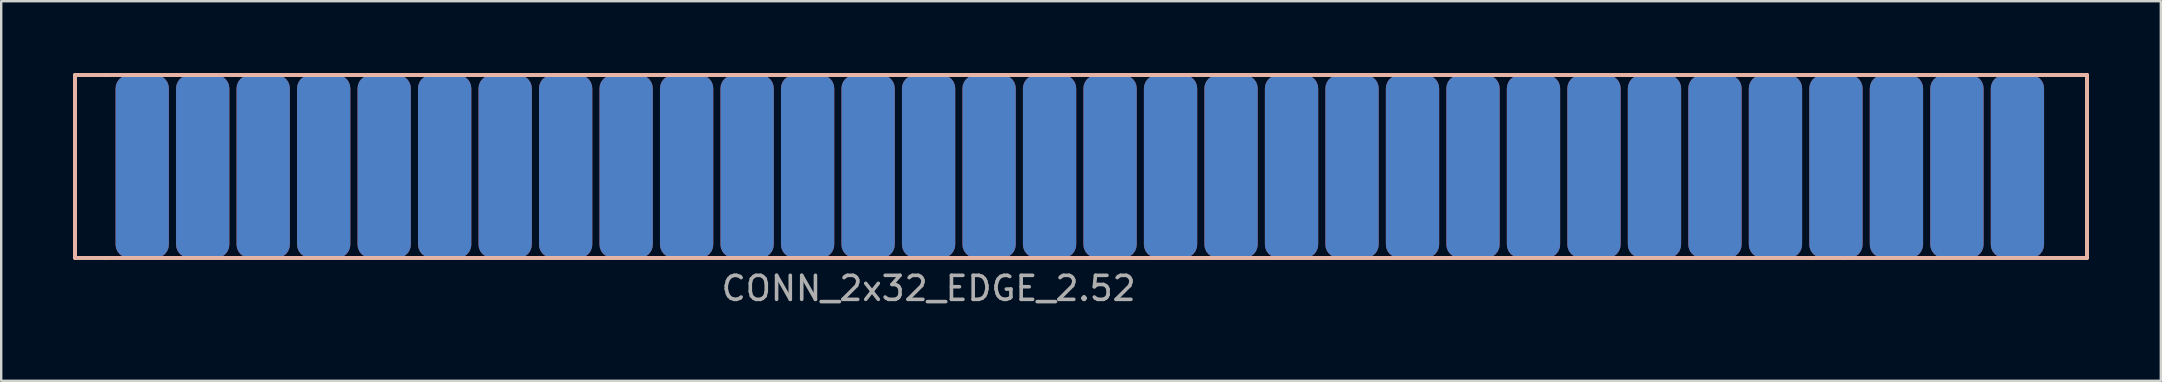
<source format=kicad_pcb>
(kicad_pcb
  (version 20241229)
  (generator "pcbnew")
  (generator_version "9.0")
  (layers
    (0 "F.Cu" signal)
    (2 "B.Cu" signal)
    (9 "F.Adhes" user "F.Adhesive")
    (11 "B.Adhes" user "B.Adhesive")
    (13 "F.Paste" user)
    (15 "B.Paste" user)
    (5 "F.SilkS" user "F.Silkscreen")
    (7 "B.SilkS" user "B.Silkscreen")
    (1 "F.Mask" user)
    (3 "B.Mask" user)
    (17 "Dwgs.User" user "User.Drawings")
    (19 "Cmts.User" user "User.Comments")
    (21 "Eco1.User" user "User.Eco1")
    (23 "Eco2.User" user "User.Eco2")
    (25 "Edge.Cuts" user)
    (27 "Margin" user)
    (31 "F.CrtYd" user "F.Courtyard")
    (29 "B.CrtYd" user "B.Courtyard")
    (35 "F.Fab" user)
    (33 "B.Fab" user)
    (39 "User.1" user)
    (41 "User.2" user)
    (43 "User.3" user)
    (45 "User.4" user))
  (footprint "CONN_2x32_EDGE_2.52"
    (layer "F.Cu")
    (at 35.635 3.885)
    (property "Reference" "CONN_2x32_EDGE_2.52" (at 0 5.08 0) (layer "F.Fab") (effects (font (size 1 1) (thickness 0.15))))
    (attr through_hole)
    (fp_line (start -35.56 -3.81) (end -35.56 3.81) (stroke (width 0.15) (type solid)) (layer "F.SilkS"))
    (fp_line (start -34.29 -3.81) (end -35.56 -3.81) (stroke (width 0.15) (type solid)) (layer "F.SilkS"))
    (fp_line (start -34.29 -3.81) (end 36.83 -3.81) (stroke (width 0.15) (type solid)) (layer "F.SilkS"))
    (fp_line (start -34.29 3.81) (end -35.56 3.81) (stroke (width 0.15) (type solid)) (layer "F.SilkS"))
    (fp_line (start 36.83 3.81) (end -34.29 3.81) (stroke (width 0.15) (type solid)) (layer "F.SilkS"))
    (fp_line (start 38.1 -3.81) (end 36.83 -3.81) (stroke (width 0.15) (type solid)) (layer "F.SilkS"))
    (fp_line (start 38.1 -3.81) (end 48.26 -3.81) (stroke (width 0.15) (type solid)) (layer "F.SilkS"))
    (fp_line (start 38.1 3.81) (end 36.83 3.81) (stroke (width 0.15) (type solid)) (layer "F.SilkS"))
    (fp_line (start 48.26 -3.81) (end 48.26 3.81) (stroke (width 0.15) (type solid)) (layer "F.SilkS"))
    (fp_line (start 48.26 3.81) (end 38.1 3.81) (stroke (width 0.15) (type solid)) (layer "F.SilkS"))
    (fp_line (start -35.56 -3.81) (end 38.1 -3.81) (stroke (width 0.15) (type solid)) (layer "B.SilkS"))
    (fp_line (start -35.56 3.81) (end -35.56 -3.81) (stroke (width 0.15) (type solid)) (layer "B.SilkS"))
    (fp_line (start 38.1 -3.81) (end 48.26 -3.81) (stroke (width 0.15) (type solid)) (layer "B.SilkS"))
    (fp_line (start 38.1 3.81) (end -35.56 3.81) (stroke (width 0.15) (type solid)) (layer "B.SilkS"))
    (fp_line (start 48.26 -3.81) (end 48.26 3.81) (stroke (width 0.15) (type solid)) (layer "B.SilkS"))
    (fp_line (start 48.26 3.81) (end 38.1 3.81) (stroke (width 0.15) (type solid)) (layer "B.SilkS"))
    (pad "a1" connect roundrect (at -32.76 0) (size 2.22 7.62) (layers "F.Cu" "F.Mask" "F.Paste") (roundrect_rratio 0.25))
    (pad "a2" connect roundrect (at -30.24 0) (size 2.22 7.62) (layers "F.Cu" "F.Mask" "F.Paste") (roundrect_rratio 0.25))
    (pad "a3" connect roundrect (at -27.72 0) (size 2.22 7.62) (layers "F.Cu" "F.Mask" "F.Paste") (roundrect_rratio 0.25))
    (pad "a4" connect roundrect (at -25.2 0) (size 2.22 7.62) (layers "F.Cu" "F.Mask" "F.Paste") (roundrect_rratio 0.25))
    (pad "a5" connect roundrect (at -22.68 0) (size 2.22 7.62) (layers "F.Cu" "F.Mask" "F.Paste") (roundrect_rratio 0.25))
    (pad "a6" connect roundrect (at -20.16 0) (size 2.22 7.62) (layers "F.Cu" "F.Mask" "F.Paste") (roundrect_rratio 0.25))
    (pad "a7" connect roundrect (at -17.64 0) (size 2.22 7.62) (layers "F.Cu" "F.Mask" "F.Paste") (roundrect_rratio 0.25))
    (pad "a8" connect roundrect (at -15.12 0) (size 2.22 7.62) (layers "F.Cu" "F.Mask" "F.Paste") (roundrect_rratio 0.25))
    (pad "a9" connect roundrect (at -12.6 0) (size 2.22 7.62) (layers "F.Cu" "F.Mask" "F.Paste") (roundrect_rratio 0.25))
    (pad "a10" connect roundrect (at -10.08 0) (size 2.22 7.62) (layers "F.Cu" "F.Mask" "F.Paste") (roundrect_rratio 0.25))
    (pad "a11" connect roundrect (at -7.56 0) (size 2.22 7.62) (layers "F.Cu" "F.Mask" "F.Paste") (roundrect_rratio 0.25))
    (pad "a12" connect roundrect (at -5.04 0) (size 2.22 7.62) (layers "F.Cu" "F.Mask" "F.Paste") (roundrect_rratio 0.25))
    (pad "a13" connect roundrect (at -2.52 0) (size 2.22 7.62) (layers "F.Cu" "F.Mask" "F.Paste") (roundrect_rratio 0.25))
    (pad "a14" connect roundrect (at 0 0) (size 2.22 7.62) (layers "F.Cu" "F.Mask" "F.Paste") (roundrect_rratio 0.25))
    (pad "a15" connect roundrect (at 2.52 0) (size 2.22 7.62) (layers "F.Cu" "F.Mask" "F.Paste") (roundrect_rratio 0.25))
    (pad "a16" connect roundrect (at 5.04 0) (size 2.22 7.62) (layers "F.Cu" "F.Mask" "F.Paste") (roundrect_rratio 0.25))
    (pad "a17" connect roundrect (at 7.56 0) (size 2.22 7.62) (layers "F.Cu" "F.Mask" "F.Paste") (roundrect_rratio 0.25))
    (pad "a18" connect roundrect (at 10.08 0) (size 2.22 7.62) (layers "F.Cu" "F.Mask" "F.Paste") (roundrect_rratio 0.25))
    (pad "a19" connect roundrect (at 12.6 0) (size 2.22 7.62) (layers "F.Cu" "F.Mask" "F.Paste") (roundrect_rratio 0.25))
    (pad "a20" connect roundrect (at 15.12 0) (size 2.22 7.62) (layers "F.Cu" "F.Mask" "F.Paste") (roundrect_rratio 0.25))
    (pad "a21" connect roundrect (at 17.64 0) (size 2.22 7.62) (layers "F.Cu" "F.Mask" "F.Paste") (roundrect_rratio 0.25))
    (pad "a22" connect roundrect (at 20.16 0) (size 2.22 7.62) (layers "F.Cu" "F.Mask" "F.Paste") (roundrect_rratio 0.25))
    (pad "a23" connect roundrect (at 22.68 0) (size 2.22 7.62) (layers "F.Cu" "F.Mask" "F.Paste") (roundrect_rratio 0.25))
    (pad "a24" connect roundrect (at 25.2 0) (size 2.22 7.62) (layers "F.Cu" "F.Mask" "F.Paste") (roundrect_rratio 0.25))
    (pad "a25" connect roundrect (at 27.72 0) (size 2.22 7.62) (layers "F.Cu" "F.Mask" "F.Paste") (roundrect_rratio 0.25))
    (pad "a26" connect roundrect (at 30.24 0) (size 2.22 7.62) (layers "F.Cu" "F.Mask" "F.Paste") (roundrect_rratio 0.25))
    (pad "a27" connect roundrect (at 32.76 0) (size 2.22 7.62) (layers "F.Cu" "F.Mask" "F.Paste") (roundrect_rratio 0.25))
    (pad "a28" connect roundrect (at 35.28 0) (size 2.22 7.62) (layers "F.Cu" "F.Mask" "F.Paste") (roundrect_rratio 0.25))
    (pad "a29" connect roundrect (at 37.8 0) (size 2.22 7.62) (layers "F.Cu" "F.Mask" "F.Paste") (roundrect_rratio 0.25))
    (pad "a30" connect roundrect (at 40.32 0) (size 2.22 7.62) (layers "F.Cu" "F.Mask" "F.Paste") (roundrect_rratio 0.25))
    (pad "a31" connect roundrect (at 42.84 0) (size 2.22 7.62) (layers "F.Cu" "F.Mask" "F.Paste") (roundrect_rratio 0.25))
    (pad "a32" connect roundrect (at 45.36 0) (size 2.22 7.62) (layers "F.Cu" "F.Mask" "F.Paste") (roundrect_rratio 0.25))
    (pad "b1" connect roundrect (at -32.76 0) (size 2.22 7.62) (layers "B.Cu" "B.Mask" "B.Paste") (roundrect_rratio 0.25))
    (pad "b2" connect roundrect (at -30.24 0) (size 2.22 7.62) (layers "B.Cu" "B.Mask" "B.Paste") (roundrect_rratio 0.25))
    (pad "b3" connect roundrect (at -27.72 0) (size 2.22 7.62) (layers "B.Cu" "B.Mask" "B.Paste") (roundrect_rratio 0.25))
    (pad "b4" connect roundrect (at -25.2 0) (size 2.22 7.62) (layers "B.Cu" "B.Mask" "B.Paste") (roundrect_rratio 0.25))
    (pad "b5" connect roundrect (at -22.68 0) (size 2.22 7.62) (layers "B.Cu" "B.Mask" "B.Paste") (roundrect_rratio 0.25))
    (pad "b6" connect roundrect (at -20.16 0) (size 2.22 7.62) (layers "B.Cu" "B.Mask" "B.Paste") (roundrect_rratio 0.25))
    (pad "b7" connect roundrect (at -17.64 0) (size 2.22 7.62) (layers "B.Cu" "B.Mask" "B.Paste") (roundrect_rratio 0.25))
    (pad "b8" connect roundrect (at -15.12 0) (size 2.22 7.62) (layers "B.Cu" "B.Mask" "B.Paste") (roundrect_rratio 0.25))
    (pad "b9" connect roundrect (at -12.6 0) (size 2.22 7.62) (layers "B.Cu" "B.Mask" "B.Paste") (roundrect_rratio 0.25))
    (pad "b10" connect roundrect (at -10.08 0) (size 2.22 7.62) (layers "B.Cu" "B.Mask" "B.Paste") (roundrect_rratio 0.25))
    (pad "b11" connect roundrect (at -7.56 0) (size 2.22 7.62) (layers "B.Cu" "B.Mask" "B.Paste") (roundrect_rratio 0.25))
    (pad "b12" connect roundrect (at -5.04 0) (size 2.22 7.62) (layers "B.Cu" "B.Mask" "B.Paste") (roundrect_rratio 0.25))
    (pad "b13" connect roundrect (at -2.52 0) (size 2.22 7.62) (layers "B.Cu" "B.Mask" "B.Paste") (roundrect_rratio 0.25))
    (pad "b14" connect roundrect (at 0 0) (size 2.22 7.62) (layers "B.Cu" "B.Mask" "B.Paste") (roundrect_rratio 0.25))
    (pad "b15" connect roundrect (at 2.52 0) (size 2.22 7.62) (layers "B.Cu" "B.Mask" "B.Paste") (roundrect_rratio 0.25))
    (pad "b16" connect roundrect (at 5.04 0) (size 2.22 7.62) (layers "B.Cu" "B.Mask" "B.Paste") (roundrect_rratio 0.25))
    (pad "b17" connect roundrect (at 7.56 0) (size 2.22 7.62) (layers "B.Cu" "B.Mask" "B.Paste") (roundrect_rratio 0.25))
    (pad "b18" connect roundrect (at 10.08 0) (size 2.22 7.62) (layers "B.Cu" "B.Mask" "B.Paste") (roundrect_rratio 0.25))
    (pad "b19" connect roundrect (at 12.6 0) (size 2.22 7.62) (layers "B.Cu" "B.Mask" "B.Paste") (roundrect_rratio 0.25))
    (pad "b20" connect roundrect (at 15.12 0) (size 2.22 7.62) (layers "B.Cu" "B.Mask" "B.Paste") (roundrect_rratio 0.25))
    (pad "b21" connect roundrect (at 17.64 0) (size 2.22 7.62) (layers "B.Cu" "B.Mask" "B.Paste") (roundrect_rratio 0.25))
    (pad "b22" connect roundrect (at 20.16 0) (size 2.22 7.62) (layers "B.Cu" "B.Mask" "B.Paste") (roundrect_rratio 0.25))
    (pad "b23" connect roundrect (at 22.68 0) (size 2.22 7.62) (layers "B.Cu" "B.Mask" "B.Paste") (roundrect_rratio 0.25))
    (pad "b24" connect roundrect (at 25.2 0) (size 2.22 7.62) (layers "B.Cu" "B.Mask" "B.Paste") (roundrect_rratio 0.25))
    (pad "b25" connect roundrect (at 27.72 0) (size 2.22 7.62) (layers "B.Cu" "B.Mask" "B.Paste") (roundrect_rratio 0.25))
    (pad "b26" connect roundrect (at 30.24 0) (size 2.22 7.62) (layers "B.Cu" "B.Mask" "B.Paste") (roundrect_rratio 0.25))
    (pad "b27" connect roundrect (at 32.76 0) (size 2.22 7.62) (layers "B.Cu" "B.Mask" "B.Paste") (roundrect_rratio 0.25))
    (pad "b28" connect roundrect (at 35.28 0) (size 2.22 7.62) (layers "B.Cu" "B.Mask" "B.Paste") (roundrect_rratio 0.25))
    (pad "b29" connect roundrect (at 37.8 0) (size 2.22 7.62) (layers "B.Cu" "B.Mask" "B.Paste") (roundrect_rratio 0.25))
    (pad "b30" connect roundrect (at 40.32 0) (size 2.22 7.62) (layers "B.Cu" "B.Mask" "B.Paste") (roundrect_rratio 0.25))
    (pad "b31" connect roundrect (at 42.84 0) (size 2.22 7.62) (layers "B.Cu" "B.Mask" "B.Paste") (roundrect_rratio 0.25))
    (pad "b32" connect roundrect (at 45.36 0) (size 2.22 7.62) (layers "B.Cu" "B.Mask" "B.Paste") (roundrect_rratio 0.25)))
  (gr_rect
    (start -3 -3)
    (end 86.97 12.813)
    (stroke (width 0.1) (type default))
    (fill no)
    (layer "Edge.Cuts")))
</source>
